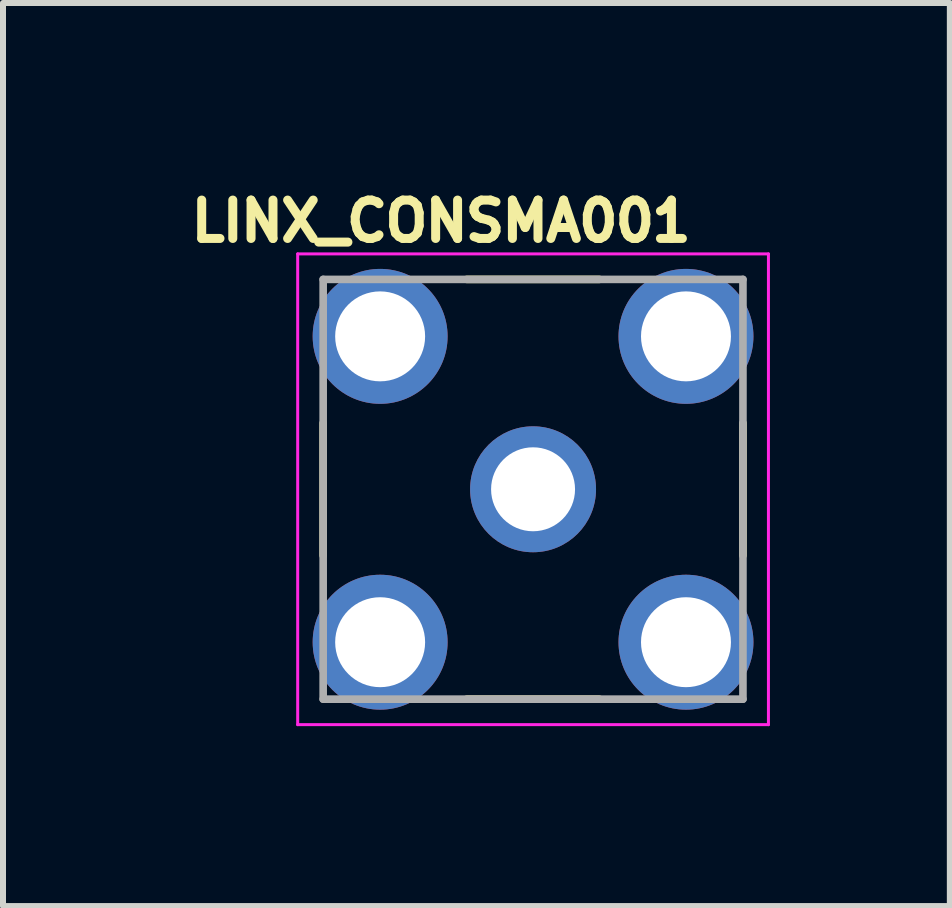
<source format=kicad_pcb>
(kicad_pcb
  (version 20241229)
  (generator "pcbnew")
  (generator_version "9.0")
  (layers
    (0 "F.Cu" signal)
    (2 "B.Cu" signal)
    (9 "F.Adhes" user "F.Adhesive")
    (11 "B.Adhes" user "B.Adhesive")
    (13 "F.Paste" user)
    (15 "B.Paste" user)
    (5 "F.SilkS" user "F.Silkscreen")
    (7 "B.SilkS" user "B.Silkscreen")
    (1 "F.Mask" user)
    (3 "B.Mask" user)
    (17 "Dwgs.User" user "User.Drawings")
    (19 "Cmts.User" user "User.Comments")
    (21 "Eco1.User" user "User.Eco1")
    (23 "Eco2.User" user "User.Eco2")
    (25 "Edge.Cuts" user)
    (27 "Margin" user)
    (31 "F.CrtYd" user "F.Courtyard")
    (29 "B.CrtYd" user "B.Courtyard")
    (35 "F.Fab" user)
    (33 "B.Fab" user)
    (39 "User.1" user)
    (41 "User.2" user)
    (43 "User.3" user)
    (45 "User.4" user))
  (footprint "LINX_CONSMA001"
    (layer "F.Cu")
    (at 5.839 5.109)
    (property "Reference" "LINX_CONSMA001" (at -1.533 -4.471 0) (layer "F.SilkS") (effects (font (size 0.64 0.64) (thickness 0.15))))
    (attr through_hole)
    (fp_line (start -3.5 -1.105) (end -3.5 1.105) (stroke (width 0.127) (type solid)) (layer "F.SilkS"))
    (fp_line (start 1.105 -3.5) (end -1.105 -3.5) (stroke (width 0.127) (type solid)) (layer "F.SilkS"))
    (fp_line (start 1.105 3.5) (end -1.105 3.5) (stroke (width 0.127) (type solid)) (layer "F.SilkS"))
    (fp_line (start 3.5 -1.105) (end 3.5 1.105) (stroke (width 0.127) (type solid)) (layer "F.SilkS"))
    (fp_line (start -3.925 -3.925) (end -3.925 3.925) (stroke (width 0.05) (type solid)) (layer "F.CrtYd"))
    (fp_line (start -3.925 3.925) (end 3.925 3.925) (stroke (width 0.05) (type solid)) (layer "F.CrtYd"))
    (fp_line (start 3.925 -3.925) (end -3.925 -3.925) (stroke (width 0.05) (type solid)) (layer "F.CrtYd"))
    (fp_line (start 3.925 3.925) (end 3.925 -3.925) (stroke (width 0.05) (type solid)) (layer "F.CrtYd"))
    (fp_line (start -3.5 -3.5) (end -3.5 3.5) (stroke (width 0.127) (type solid)) (layer "F.Fab"))
    (fp_line (start -3.5 3.5) (end 3.5 3.5) (stroke (width 0.127) (type solid)) (layer "F.Fab"))
    (fp_line (start 3.5 -3.5) (end -3.5 -3.5) (stroke (width 0.127) (type solid)) (layer "F.Fab"))
    (fp_line (start 3.5 3.5) (end 3.5 -3.5) (stroke (width 0.127) (type solid)) (layer "F.Fab"))
    (pad "1" thru_hole circle (at 0 0) (size 2.1 2.1) (drill 1.4) (layers "*.Cu" "*.Mask"))
    (pad "S1" thru_hole circle (at -2.55 -2.55) (size 2.25 2.25) (drill 1.5) (layers "*.Cu" "*.Mask"))
    (pad "S2" thru_hole circle (at -2.55 2.55) (size 2.25 2.25) (drill 1.5) (layers "*.Cu" "*.Mask"))
    (pad "S3" thru_hole circle (at 2.55 2.55) (size 2.25 2.25) (drill 1.5) (layers "*.Cu" "*.Mask"))
    (pad "S4" thru_hole circle (at 2.55 -2.55) (size 2.25 2.25) (drill 1.5) (layers "*.Cu" "*.Mask")))
  (gr_rect
    (start -3 -3)
    (end 12.789 12.059)
    (stroke (width 0.1) (type default))
    (fill no)
    (layer "Edge.Cuts")))
</source>
